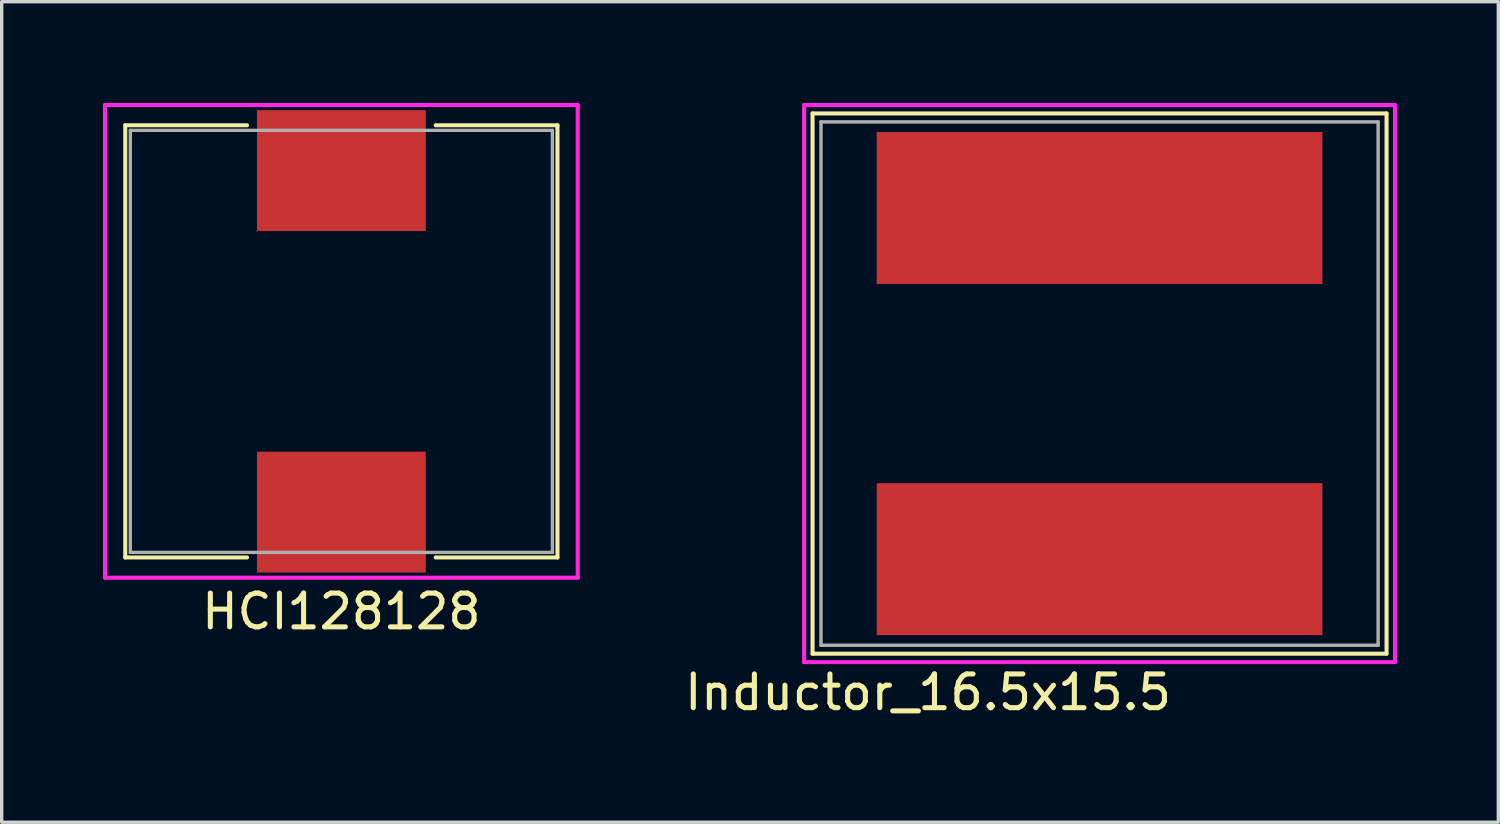
<source format=kicad_pcb>
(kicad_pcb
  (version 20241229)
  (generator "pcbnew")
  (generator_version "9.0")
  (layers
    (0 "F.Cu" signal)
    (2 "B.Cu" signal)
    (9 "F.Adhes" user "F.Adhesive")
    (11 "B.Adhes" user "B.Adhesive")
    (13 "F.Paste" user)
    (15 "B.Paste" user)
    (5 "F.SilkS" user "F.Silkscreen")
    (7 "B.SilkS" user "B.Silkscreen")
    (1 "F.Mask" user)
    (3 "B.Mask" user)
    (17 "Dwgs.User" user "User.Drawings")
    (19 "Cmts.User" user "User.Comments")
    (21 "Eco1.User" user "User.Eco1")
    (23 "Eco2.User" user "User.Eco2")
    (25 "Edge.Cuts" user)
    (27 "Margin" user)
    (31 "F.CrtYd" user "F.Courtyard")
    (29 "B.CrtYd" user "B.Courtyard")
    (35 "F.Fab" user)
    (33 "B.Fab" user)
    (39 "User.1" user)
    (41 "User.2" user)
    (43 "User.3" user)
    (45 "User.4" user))
  (footprint "HCI128128"
    (layer "F.Cu")
    (at 7.06 7.06)
    (property "Reference" "HCI128128" (at 0 8 0) (layer "F.SilkS") (effects (font (size 1 1) (thickness 0.15))))
    (attr through_hole)
    (fp_line (start -6.4 -6.4) (end -6.4 6.4) (stroke (width 0.12) (type solid)) (layer "F.SilkS"))
    (fp_line (start -6.4 -6.4) (end -2.794 -6.4) (stroke (width 0.12) (type solid)) (layer "F.SilkS"))
    (fp_line (start -6.4 6.4) (end -2.794 6.4) (stroke (width 0.12) (type solid)) (layer "F.SilkS"))
    (fp_line (start 6.4 -6.4) (end 2.794 -6.4) (stroke (width 0.12) (type solid)) (layer "F.SilkS"))
    (fp_line (start 6.4 6.4) (end 2.794 6.4) (stroke (width 0.12) (type solid)) (layer "F.SilkS"))
    (fp_line (start 6.4 6.4) (end 6.4 -6.4) (stroke (width 0.12) (type solid)) (layer "F.SilkS"))
    (fp_line (start -7 -7) (end 7 -7) (stroke (width 0.12) (type solid)) (layer "F.CrtYd"))
    (fp_line (start -7 7) (end -7 -7) (stroke (width 0.12) (type solid)) (layer "F.CrtYd"))
    (fp_line (start 7 -7) (end 7 7) (stroke (width 0.12) (type solid)) (layer "F.CrtYd"))
    (fp_line (start 7 7) (end -7 7) (stroke (width 0.12) (type solid)) (layer "F.CrtYd"))
    (fp_line (start -6.25 -6.25) (end 6.25 -6.25) (stroke (width 0.1) (type solid)) (layer "F.Fab"))
    (fp_line (start -6.25 6.25) (end -6.25 -6.25) (stroke (width 0.1) (type solid)) (layer "F.Fab"))
    (fp_line (start 6.25 -6.25) (end 6.25 6.25) (stroke (width 0.1) (type solid)) (layer "F.Fab"))
    (fp_line (start 6.25 6.25) (end -6.25 6.25) (stroke (width 0.1) (type solid)) (layer "F.Fab"))
    (pad "1" smd rect (at 0 -5.057) (size 5 3.58) (layers "F.Cu" "F.Mask" "F.Paste"))
    (pad "2" smd rect (at 0 5.057) (size 5 3.58) (layers "F.Cu" "F.Mask" "F.Paste")))
  (footprint "Inductor_16.5x15.5"
    (layer "F.Cu")
    (at 29.515 8.31)
    (property "Reference" "Inductor_16.5x15.5" (at -5.08 9.144 0) (layer "F.SilkS") (effects (font (size 1 1) (thickness 0.15))))
    (attr through_hole)
    (fp_line (start -8.5 -8) (end 8.5 -8) (stroke (width 0.12) (type solid)) (layer "F.SilkS"))
    (fp_line (start -8.5 8) (end -8.5 -8) (stroke (width 0.12) (type solid)) (layer "F.SilkS"))
    (fp_line (start 8.5 -8) (end 8.5 8) (stroke (width 0.12) (type solid)) (layer "F.SilkS"))
    (fp_line (start 8.5 8) (end -8.5 8) (stroke (width 0.12) (type solid)) (layer "F.SilkS"))
    (fp_line (start -8.75 -8.25) (end 8.75 -8.25) (stroke (width 0.12) (type solid)) (layer "F.CrtYd"))
    (fp_line (start -8.75 8.25) (end -8.75 -8.25) (stroke (width 0.12) (type solid)) (layer "F.CrtYd"))
    (fp_line (start 8.75 -8.25) (end 8.75 8.25) (stroke (width 0.12) (type solid)) (layer "F.CrtYd"))
    (fp_line (start 8.75 8.25) (end -8.75 8.25) (stroke (width 0.12) (type solid)) (layer "F.CrtYd"))
    (fp_line (start -8.25 -7.75) (end 8.25 -7.75) (stroke (width 0.1) (type solid)) (layer "F.Fab"))
    (fp_line (start -8.25 7.75) (end -8.25 -7.75) (stroke (width 0.1) (type solid)) (layer "F.Fab"))
    (fp_line (start 8.25 -7.75) (end 8.25 7.75) (stroke (width 0.1) (type solid)) (layer "F.Fab"))
    (fp_line (start 8.25 7.75) (end -8.25 7.75) (stroke (width 0.1) (type solid)) (layer "F.Fab"))
    (pad "1" smd rect (at 0 -5.2) (size 13.2 4.5) (layers "F.Cu" "F.Mask" "F.Paste"))
    (pad "2" smd rect (at 0 5.2) (size 13.2 4.5) (layers "F.Cu" "F.Mask" "F.Paste")))
  (gr_rect
    (start -3 -3)
    (end 41.325 21.302)
    (stroke (width 0.1) (type default))
    (fill no)
    (layer "Edge.Cuts")))
</source>
